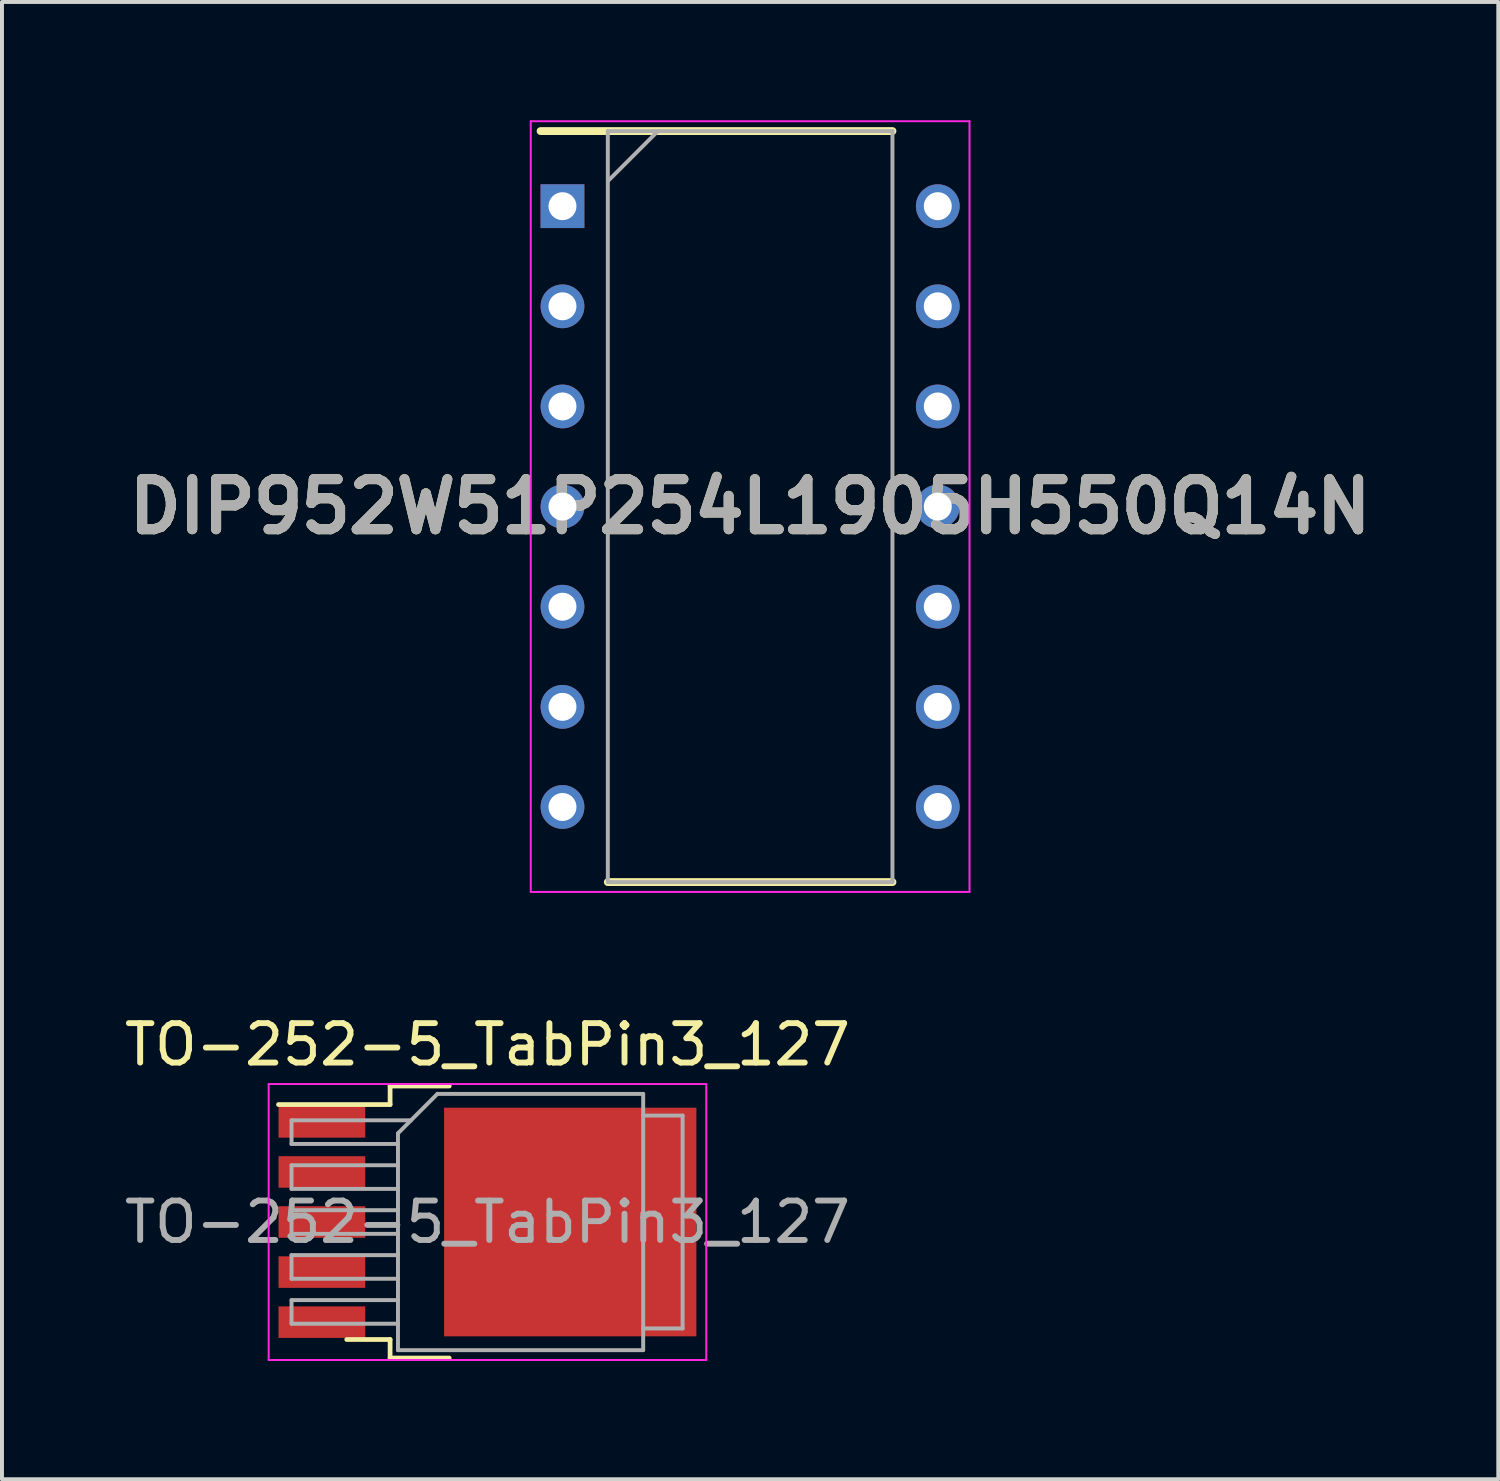
<source format=kicad_pcb>
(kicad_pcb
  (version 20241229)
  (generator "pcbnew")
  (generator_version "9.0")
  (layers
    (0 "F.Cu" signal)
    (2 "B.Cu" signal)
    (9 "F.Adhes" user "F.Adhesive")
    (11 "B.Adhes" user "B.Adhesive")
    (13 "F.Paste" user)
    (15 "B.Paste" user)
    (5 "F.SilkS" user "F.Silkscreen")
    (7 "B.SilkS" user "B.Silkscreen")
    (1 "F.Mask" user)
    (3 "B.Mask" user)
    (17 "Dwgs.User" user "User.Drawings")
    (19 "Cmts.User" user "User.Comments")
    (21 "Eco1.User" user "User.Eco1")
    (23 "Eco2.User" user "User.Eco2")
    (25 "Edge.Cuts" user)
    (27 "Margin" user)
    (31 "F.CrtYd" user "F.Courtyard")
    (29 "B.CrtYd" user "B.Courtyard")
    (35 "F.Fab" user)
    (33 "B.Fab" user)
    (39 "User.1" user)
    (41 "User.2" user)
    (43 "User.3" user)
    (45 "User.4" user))
  (footprint "TO-252-5_TabPin3_127"
    (layer "F.Cu")
    (at 9.315 27.948)
    (property "Reference" "TO-252-5_TabPin3_127" (at 0 -4.5 0) (layer "F.SilkS") (effects (font (size 1 1) (thickness 0.15))))
    (attr smd)
    (fp_line (start -2.47 -3.45) (end -2.47 -2.98) (stroke (width 0.12) (type solid)) (layer "F.SilkS"))
    (fp_line (start -2.47 -2.98) (end -5.3 -2.98) (stroke (width 0.12) (type solid)) (layer "F.SilkS"))
    (fp_line (start -2.47 2.98) (end -3.57 2.98) (stroke (width 0.12) (type solid)) (layer "F.SilkS"))
    (fp_line (start -2.47 3.45) (end -2.47 2.98) (stroke (width 0.12) (type solid)) (layer "F.SilkS"))
    (fp_line (start -0.97 -3.45) (end -2.47 -3.45) (stroke (width 0.12) (type solid)) (layer "F.SilkS"))
    (fp_line (start -0.97 3.45) (end -2.47 3.45) (stroke (width 0.12) (type solid)) (layer "F.SilkS"))
    (fp_line (start -5.55 -3.5) (end -5.55 3.5) (stroke (width 0.05) (type solid)) (layer "F.CrtYd"))
    (fp_line (start -5.55 3.5) (end 5.55 3.5) (stroke (width 0.05) (type solid)) (layer "F.CrtYd"))
    (fp_line (start 5.55 -3.5) (end -5.55 -3.5) (stroke (width 0.05) (type solid)) (layer "F.CrtYd"))
    (fp_line (start 5.55 3.5) (end 5.55 -3.5) (stroke (width 0.05) (type solid)) (layer "F.CrtYd"))
    (fp_line (start -4.97 -2.58) (end -4.97 -1.98) (stroke (width 0.1) (type solid)) (layer "F.Fab"))
    (fp_line (start -4.97 -1.98) (end -2.27 -1.98) (stroke (width 0.1) (type solid)) (layer "F.Fab"))
    (fp_line (start -4.97 -1.44) (end -4.97 -0.84) (stroke (width 0.1) (type solid)) (layer "F.Fab"))
    (fp_line (start -4.97 -0.84) (end -2.27 -0.84) (stroke (width 0.1) (type solid)) (layer "F.Fab"))
    (fp_line (start -4.97 -0.3) (end -4.97 0.3) (stroke (width 0.1) (type solid)) (layer "F.Fab"))
    (fp_line (start -4.97 0.3) (end -2.27 0.3) (stroke (width 0.1) (type solid)) (layer "F.Fab"))
    (fp_line (start -4.97 0.84) (end -4.97 1.44) (stroke (width 0.1) (type solid)) (layer "F.Fab"))
    (fp_line (start -4.97 1.44) (end -2.27 1.44) (stroke (width 0.1) (type solid)) (layer "F.Fab"))
    (fp_line (start -4.97 1.98) (end -4.97 2.58) (stroke (width 0.1) (type solid)) (layer "F.Fab"))
    (fp_line (start -4.97 2.58) (end -2.27 2.58) (stroke (width 0.1) (type solid)) (layer "F.Fab"))
    (fp_line (start -2.27 -2.25) (end -1.27 -3.25) (stroke (width 0.1) (type solid)) (layer "F.Fab"))
    (fp_line (start -2.27 -1.44) (end -4.97 -1.44) (stroke (width 0.1) (type solid)) (layer "F.Fab"))
    (fp_line (start -2.27 -0.3) (end -4.97 -0.3) (stroke (width 0.1) (type solid)) (layer "F.Fab"))
    (fp_line (start -2.27 0.84) (end -4.97 0.84) (stroke (width 0.1) (type solid)) (layer "F.Fab"))
    (fp_line (start -2.27 1.98) (end -4.97 1.98) (stroke (width 0.1) (type solid)) (layer "F.Fab"))
    (fp_line (start -2.27 3.25) (end -2.27 -2.25) (stroke (width 0.1) (type solid)) (layer "F.Fab"))
    (fp_line (start -1.94 -2.58) (end -4.97 -2.58) (stroke (width 0.1) (type solid)) (layer "F.Fab"))
    (fp_line (start -1.27 -3.25) (end 3.95 -3.25) (stroke (width 0.1) (type solid)) (layer "F.Fab"))
    (fp_line (start 3.95 -3.25) (end 3.95 3.25) (stroke (width 0.1) (type solid)) (layer "F.Fab"))
    (fp_line (start 3.95 -2.7) (end 4.95 -2.7) (stroke (width 0.1) (type solid)) (layer "F.Fab"))
    (fp_line (start 3.95 3.25) (end -2.27 3.25) (stroke (width 0.1) (type solid)) (layer "F.Fab"))
    (fp_line (start 4.95 -2.7) (end 4.95 2.7) (stroke (width 0.1) (type solid)) (layer "F.Fab"))
    (fp_line (start 4.95 2.7) (end 3.95 2.7) (stroke (width 0.1) (type solid)) (layer "F.Fab"))
    (fp_text user "${REFERENCE}" (at 0 0 0) (layer "F.Fab") (effects (font (size 1 1) (thickness 0.15))))
    (pad "" smd rect (at 0.425 -1.525) (size 3.05 2.75) (layers "F.Paste"))
    (pad "" smd rect (at 0.425 1.525) (size 3.05 2.75) (layers "F.Paste"))
    (pad "" smd rect (at 3.775 -1.525) (size 3.05 2.75) (layers "F.Paste"))
    (pad "" smd rect (at 3.775 1.525) (size 3.05 2.75) (layers "F.Paste"))
    (pad "1" smd rect (at -4.2 -2.54) (size 2.2 0.8) (layers "F.Cu" "F.Mask" "F.Paste"))
    (pad "2" smd rect (at -4.2 -1.27) (size 2.2 0.8) (layers "F.Cu" "F.Mask" "F.Paste"))
    (pad "3" smd rect (at -4.2 0) (size 2.2 0.8) (layers "F.Cu" "F.Mask" "F.Paste"))
    (pad "3" smd rect (at 2.1 0) (size 6.4 5.8) (layers "F.Cu" "F.Mask"))
    (pad "4" smd rect (at -4.2 1.27) (size 2.2 0.8) (layers "F.Cu" "F.Mask" "F.Paste"))
    (pad "5" smd rect (at -4.2 2.54) (size 2.2 0.8) (layers "F.Cu" "F.Mask" "F.Paste")))
  (footprint "DIP952W51P254L1905H550Q14N"
    (layer "F.Cu")
    (at 15.978 9.8)
    (property "Reference" "DIP952W51P254L1905H550Q14N" (at 0 0 0) (layer "F.SilkS") (effects (font (size 1.27 1.27) (thickness 0.254))))
    (attr through_hole)
    (fp_line (start -5.315 -9.525) (end 3.61 -9.525) (stroke (width 0.2) (type solid)) (layer "F.SilkS"))
    (fp_line (start -3.61 9.525) (end 3.61 9.525) (stroke (width 0.2) (type solid)) (layer "F.SilkS"))
    (fp_line (start -5.565 -9.775) (end 5.565 -9.775) (stroke (width 0.05) (type solid)) (layer "F.CrtYd"))
    (fp_line (start -5.565 9.775) (end -5.565 -9.775) (stroke (width 0.05) (type solid)) (layer "F.CrtYd"))
    (fp_line (start 5.565 -9.775) (end 5.565 9.775) (stroke (width 0.05) (type solid)) (layer "F.CrtYd"))
    (fp_line (start 5.565 9.775) (end -5.565 9.775) (stroke (width 0.05) (type solid)) (layer "F.CrtYd"))
    (fp_line (start -3.61 -9.525) (end 3.61 -9.525) (stroke (width 0.1) (type solid)) (layer "F.Fab"))
    (fp_line (start -3.61 -8.255) (end -2.34 -9.525) (stroke (width 0.1) (type solid)) (layer "F.Fab"))
    (fp_line (start -3.61 9.525) (end -3.61 -9.525) (stroke (width 0.1) (type solid)) (layer "F.Fab"))
    (fp_line (start 3.61 -9.525) (end 3.61 9.525) (stroke (width 0.1) (type solid)) (layer "F.Fab"))
    (fp_line (start 3.61 9.525) (end -3.61 9.525) (stroke (width 0.1) (type solid)) (layer "F.Fab"))
    (fp_text user "${REFERENCE}" (at 0 0 0) (layer "F.Fab") (effects (font (size 1.27 1.27) (thickness 0.254))))
    (pad "1" thru_hole rect (at -4.76 -7.62) (size 1.11 1.11) (drill 0.71) (layers "*.Cu" "*.Mask"))
    (pad "2" thru_hole circle (at -4.76 -5.08) (size 1.11 1.11) (drill 0.71) (layers "*.Cu" "*.Mask"))
    (pad "3" thru_hole circle (at -4.76 -2.54) (size 1.11 1.11) (drill 0.71) (layers "*.Cu" "*.Mask"))
    (pad "4" thru_hole circle (at -4.76 0) (size 1.11 1.11) (drill 0.71) (layers "*.Cu" "*.Mask"))
    (pad "5" thru_hole circle (at -4.76 2.54) (size 1.11 1.11) (drill 0.71) (layers "*.Cu" "*.Mask"))
    (pad "6" thru_hole circle (at -4.76 5.08) (size 1.11 1.11) (drill 0.71) (layers "*.Cu" "*.Mask"))
    (pad "7" thru_hole circle (at -4.76 7.62) (size 1.11 1.11) (drill 0.71) (layers "*.Cu" "*.Mask"))
    (pad "8" thru_hole circle (at 4.76 7.62) (size 1.11 1.11) (drill 0.71) (layers "*.Cu" "*.Mask"))
    (pad "9" thru_hole circle (at 4.76 5.08) (size 1.11 1.11) (drill 0.71) (layers "*.Cu" "*.Mask"))
    (pad "10" thru_hole circle (at 4.76 2.54) (size 1.11 1.11) (drill 0.71) (layers "*.Cu" "*.Mask"))
    (pad "11" thru_hole circle (at 4.76 0) (size 1.11 1.11) (drill 0.71) (layers "*.Cu" "*.Mask"))
    (pad "12" thru_hole circle (at 4.76 -2.54) (size 1.11 1.11) (drill 0.71) (layers "*.Cu" "*.Mask"))
    (pad "13" thru_hole circle (at 4.76 -5.08) (size 1.11 1.11) (drill 0.71) (layers "*.Cu" "*.Mask"))
    (pad "14" thru_hole circle (at 4.76 -7.62) (size 1.11 1.11) (drill 0.71) (layers "*.Cu" "*.Mask")))
  (gr_rect
    (start -3 -3)
    (end 34.956 34.473)
    (stroke (width 0.1) (type default))
    (fill no)
    (layer "Edge.Cuts")))
</source>
